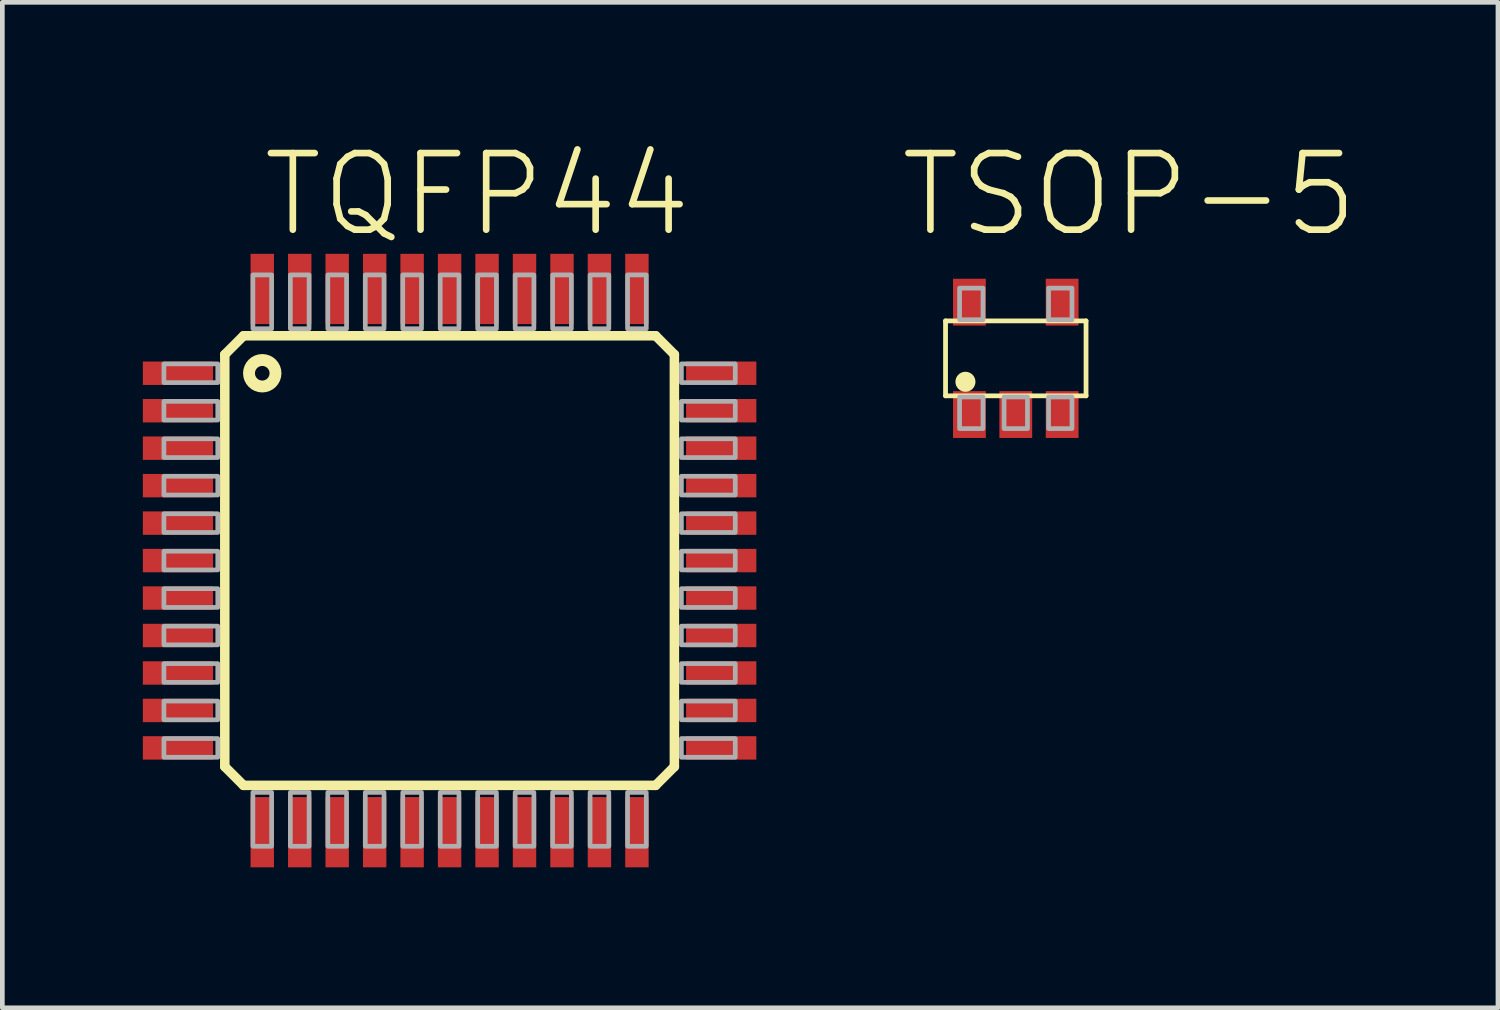
<source format=kicad_pcb>
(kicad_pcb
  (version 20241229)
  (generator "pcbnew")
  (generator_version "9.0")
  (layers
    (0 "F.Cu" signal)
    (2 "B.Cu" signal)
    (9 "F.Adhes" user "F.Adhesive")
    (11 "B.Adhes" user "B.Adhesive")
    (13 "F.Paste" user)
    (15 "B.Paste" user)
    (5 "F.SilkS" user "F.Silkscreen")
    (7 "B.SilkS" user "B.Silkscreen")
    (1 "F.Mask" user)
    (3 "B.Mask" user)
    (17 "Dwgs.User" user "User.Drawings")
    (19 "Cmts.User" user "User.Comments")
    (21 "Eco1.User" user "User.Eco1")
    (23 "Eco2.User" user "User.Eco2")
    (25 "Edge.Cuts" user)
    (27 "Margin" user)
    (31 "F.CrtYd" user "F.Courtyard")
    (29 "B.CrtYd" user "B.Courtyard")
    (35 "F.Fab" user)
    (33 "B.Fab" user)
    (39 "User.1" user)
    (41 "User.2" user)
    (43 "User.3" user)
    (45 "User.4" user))
  (footprint "TSOP-5"
    (layer "F.Cu")
    (at 18.64 4.602)
    (property "Reference" "TSOP-5" (at -2.54 -2.54 0) (unlocked yes) (layer "F.SilkS") (effects (font (size 1.636 1.636) (thickness 0.142)) (justify left bottom)))
    (fp_line (start -1.5 -0.8) (end 1.5 -0.8) (stroke (width 0.102) (type solid)) (layer "F.SilkS"))
    (fp_line (start -1.5 0.8) (end -1.5 -0.8) (stroke (width 0.102) (type solid)) (layer "F.SilkS"))
    (fp_line (start 1.5 -0.8) (end 1.5 0.8) (stroke (width 0.102) (type solid)) (layer "F.SilkS"))
    (fp_line (start 1.5 0.8) (end -1.5 0.8) (stroke (width 0.102) (type solid)) (layer "F.SilkS"))
    (fp_circle (center -1.075 0.5) (end -0.968 0.5) (stroke (width 0.214) (type solid)) (fill yes) (layer "F.SilkS"))
    (fp_poly (pts (xy -1.2 -0.825) (xy -0.7 -0.825) (xy -0.7 -1.5) (xy -1.2 -1.5)) (stroke (width 0.1) (type default)) (fill no) (layer "F.Fab"))
    (fp_poly (pts (xy -1.2 1.5) (xy -0.7 1.5) (xy -0.7 0.825) (xy -1.2 0.825)) (stroke (width 0.1) (type default)) (fill no) (layer "F.Fab"))
    (fp_poly (pts (xy -0.25 1.5) (xy 0.25 1.5) (xy 0.25 0.825) (xy -0.25 0.825)) (stroke (width 0.1) (type default)) (fill no) (layer "F.Fab"))
    (fp_poly (pts (xy 0.7 -0.825) (xy 1.2 -0.825) (xy 1.2 -1.5) (xy 0.7 -1.5)) (stroke (width 0.1) (type default)) (fill no) (layer "F.Fab"))
    (fp_poly (pts (xy 0.7 1.5) (xy 1.2 1.5) (xy 1.2 0.825) (xy 0.7 0.825)) (stroke (width 0.1) (type default)) (fill no) (layer "F.Fab"))
    (pad "1" smd rect (at -0.99 1.2) (size 0.7 1) (layers "F.Cu" "F.Mask" "F.Paste"))
    (pad "2" smd rect (at 0 1.2) (size 0.7 1) (layers "F.Cu" "F.Mask" "F.Paste"))
    (pad "3" smd rect (at 0.99 1.2) (size 0.7 1) (layers "F.Cu" "F.Mask" "F.Paste"))
    (pad "4" smd rect (at 0.99 -1.2 180) (size 0.7 1) (layers "F.Cu" "F.Mask" "F.Paste"))
    (pad "5" smd rect (at -0.99 -1.2 180) (size 0.7 1) (layers "F.Cu" "F.Mask" "F.Paste")))
  (footprint "TQFP44"
    (layer "F.Cu")
    (at 6.55 8.92)
    (property "Reference" "TQFP44" (at -4.064 -6.858 0) (unlocked yes) (layer "F.SilkS") (effects (font (size 1.636 1.636) (thickness 0.142)) (justify left bottom)))
    (fp_line (start -4.8 -4.4) (end -4.4 -4.8) (stroke (width 0.203) (type solid)) (layer "F.SilkS"))
    (fp_line (start -4.8 4.4) (end -4.8 -4.4) (stroke (width 0.203) (type solid)) (layer "F.SilkS"))
    (fp_line (start -4.4 -4.8) (end 4.4 -4.8) (stroke (width 0.203) (type solid)) (layer "F.SilkS"))
    (fp_line (start -4.4 4.8) (end -4.8 4.4) (stroke (width 0.203) (type solid)) (layer "F.SilkS"))
    (fp_line (start 4.4 -4.8) (end 4.8 -4.4) (stroke (width 0.203) (type solid)) (layer "F.SilkS"))
    (fp_line (start 4.4 4.8) (end -4.4 4.8) (stroke (width 0.203) (type solid)) (layer "F.SilkS"))
    (fp_line (start 4.8 -4.4) (end 4.8 4.4) (stroke (width 0.203) (type solid)) (layer "F.SilkS"))
    (fp_line (start 4.8 4.4) (end 4.4 4.8) (stroke (width 0.203) (type solid)) (layer "F.SilkS"))
    (fp_circle (center -4 -4) (end -3.717 -4) (stroke (width 0.254) (type solid)) (fill no) (layer "F.SilkS"))
    (fp_poly (pts (xy -6.1 -3.8) (xy -4.95 -3.8) (xy -4.95 -4.2) (xy -6.1 -4.2)) (stroke (width 0.1) (type default)) (fill no) (layer "F.Fab"))
    (fp_poly (pts (xy -6.1 -3) (xy -4.95 -3) (xy -4.95 -3.4) (xy -6.1 -3.4)) (stroke (width 0.1) (type default)) (fill no) (layer "F.Fab"))
    (fp_poly (pts (xy -6.1 -2.2) (xy -4.95 -2.2) (xy -4.95 -2.6) (xy -6.1 -2.6)) (stroke (width 0.1) (type default)) (fill no) (layer "F.Fab"))
    (fp_poly (pts (xy -6.1 -1.4) (xy -4.95 -1.4) (xy -4.95 -1.8) (xy -6.1 -1.8)) (stroke (width 0.1) (type default)) (fill no) (layer "F.Fab"))
    (fp_poly (pts (xy -6.1 -0.6) (xy -4.95 -0.6) (xy -4.95 -1) (xy -6.1 -1)) (stroke (width 0.1) (type default)) (fill no) (layer "F.Fab"))
    (fp_poly (pts (xy -6.1 0.2) (xy -4.95 0.2) (xy -4.95 -0.2) (xy -6.1 -0.2)) (stroke (width 0.1) (type default)) (fill no) (layer "F.Fab"))
    (fp_poly (pts (xy -6.1 1) (xy -4.95 1) (xy -4.95 0.6) (xy -6.1 0.6)) (stroke (width 0.1) (type default)) (fill no) (layer "F.Fab"))
    (fp_poly (pts (xy -6.1 1.8) (xy -4.95 1.8) (xy -4.95 1.4) (xy -6.1 1.4)) (stroke (width 0.1) (type default)) (fill no) (layer "F.Fab"))
    (fp_poly (pts (xy -6.1 2.6) (xy -4.95 2.6) (xy -4.95 2.2) (xy -6.1 2.2)) (stroke (width 0.1) (type default)) (fill no) (layer "F.Fab"))
    (fp_poly (pts (xy -6.1 3.4) (xy -4.95 3.4) (xy -4.95 3) (xy -6.1 3)) (stroke (width 0.1) (type default)) (fill no) (layer "F.Fab"))
    (fp_poly (pts (xy -6.1 4.2) (xy -4.95 4.2) (xy -4.95 3.8) (xy -6.1 3.8)) (stroke (width 0.1) (type default)) (fill no) (layer "F.Fab"))
    (fp_poly (pts (xy -4.2 -4.95) (xy -3.8 -4.95) (xy -3.8 -6.1) (xy -4.2 -6.1)) (stroke (width 0.1) (type default)) (fill no) (layer "F.Fab"))
    (fp_poly (pts (xy -4.2 6.1) (xy -3.8 6.1) (xy -3.8 4.95) (xy -4.2 4.95)) (stroke (width 0.1) (type default)) (fill no) (layer "F.Fab"))
    (fp_poly (pts (xy -3.4 -4.95) (xy -3 -4.95) (xy -3 -6.1) (xy -3.4 -6.1)) (stroke (width 0.1) (type default)) (fill no) (layer "F.Fab"))
    (fp_poly (pts (xy -3.4 6.1) (xy -3 6.1) (xy -3 4.95) (xy -3.4 4.95)) (stroke (width 0.1) (type default)) (fill no) (layer "F.Fab"))
    (fp_poly (pts (xy -2.6 -4.95) (xy -2.2 -4.95) (xy -2.2 -6.1) (xy -2.6 -6.1)) (stroke (width 0.1) (type default)) (fill no) (layer "F.Fab"))
    (fp_poly (pts (xy -2.6 6.1) (xy -2.2 6.1) (xy -2.2 4.95) (xy -2.6 4.95)) (stroke (width 0.1) (type default)) (fill no) (layer "F.Fab"))
    (fp_poly (pts (xy -1.8 -4.95) (xy -1.4 -4.95) (xy -1.4 -6.1) (xy -1.8 -6.1)) (stroke (width 0.1) (type default)) (fill no) (layer "F.Fab"))
    (fp_poly (pts (xy -1.8 6.1) (xy -1.4 6.1) (xy -1.4 4.95) (xy -1.8 4.95)) (stroke (width 0.1) (type default)) (fill no) (layer "F.Fab"))
    (fp_poly (pts (xy -1 -4.95) (xy -0.6 -4.95) (xy -0.6 -6.1) (xy -1 -6.1)) (stroke (width 0.1) (type default)) (fill no) (layer "F.Fab"))
    (fp_poly (pts (xy -1 6.1) (xy -0.6 6.1) (xy -0.6 4.95) (xy -1 4.95)) (stroke (width 0.1) (type default)) (fill no) (layer "F.Fab"))
    (fp_poly (pts (xy -0.2 -4.95) (xy 0.2 -4.95) (xy 0.2 -6.1) (xy -0.2 -6.1)) (stroke (width 0.1) (type default)) (fill no) (layer "F.Fab"))
    (fp_poly (pts (xy -0.2 6.1) (xy 0.2 6.1) (xy 0.2 4.95) (xy -0.2 4.95)) (stroke (width 0.1) (type default)) (fill no) (layer "F.Fab"))
    (fp_poly (pts (xy 0.6 -4.95) (xy 1 -4.95) (xy 1 -6.1) (xy 0.6 -6.1)) (stroke (width 0.1) (type default)) (fill no) (layer "F.Fab"))
    (fp_poly (pts (xy 0.6 6.1) (xy 1 6.1) (xy 1 4.95) (xy 0.6 4.95)) (stroke (width 0.1) (type default)) (fill no) (layer "F.Fab"))
    (fp_poly (pts (xy 1.4 -4.95) (xy 1.8 -4.95) (xy 1.8 -6.1) (xy 1.4 -6.1)) (stroke (width 0.1) (type default)) (fill no) (layer "F.Fab"))
    (fp_poly (pts (xy 1.4 6.1) (xy 1.8 6.1) (xy 1.8 4.95) (xy 1.4 4.95)) (stroke (width 0.1) (type default)) (fill no) (layer "F.Fab"))
    (fp_poly (pts (xy 2.2 -4.95) (xy 2.6 -4.95) (xy 2.6 -6.1) (xy 2.2 -6.1)) (stroke (width 0.1) (type default)) (fill no) (layer "F.Fab"))
    (fp_poly (pts (xy 2.2 6.1) (xy 2.6 6.1) (xy 2.6 4.95) (xy 2.2 4.95)) (stroke (width 0.1) (type default)) (fill no) (layer "F.Fab"))
    (fp_poly (pts (xy 3 -4.95) (xy 3.4 -4.95) (xy 3.4 -6.1) (xy 3 -6.1)) (stroke (width 0.1) (type default)) (fill no) (layer "F.Fab"))
    (fp_poly (pts (xy 3 6.1) (xy 3.4 6.1) (xy 3.4 4.95) (xy 3 4.95)) (stroke (width 0.1) (type default)) (fill no) (layer "F.Fab"))
    (fp_poly (pts (xy 3.8 -4.95) (xy 4.2 -4.95) (xy 4.2 -6.1) (xy 3.8 -6.1)) (stroke (width 0.1) (type default)) (fill no) (layer "F.Fab"))
    (fp_poly (pts (xy 3.8 6.1) (xy 4.2 6.1) (xy 4.2 4.95) (xy 3.8 4.95)) (stroke (width 0.1) (type default)) (fill no) (layer "F.Fab"))
    (fp_poly (pts (xy 4.95 -3.8) (xy 6.1 -3.8) (xy 6.1 -4.2) (xy 4.95 -4.2)) (stroke (width 0.1) (type default)) (fill no) (layer "F.Fab"))
    (fp_poly (pts (xy 4.95 -3) (xy 6.1 -3) (xy 6.1 -3.4) (xy 4.95 -3.4)) (stroke (width 0.1) (type default)) (fill no) (layer "F.Fab"))
    (fp_poly (pts (xy 4.95 -2.2) (xy 6.1 -2.2) (xy 6.1 -2.6) (xy 4.95 -2.6)) (stroke (width 0.1) (type default)) (fill no) (layer "F.Fab"))
    (fp_poly (pts (xy 4.95 -1.4) (xy 6.1 -1.4) (xy 6.1 -1.8) (xy 4.95 -1.8)) (stroke (width 0.1) (type default)) (fill no) (layer "F.Fab"))
    (fp_poly (pts (xy 4.95 -0.6) (xy 6.1 -0.6) (xy 6.1 -1) (xy 4.95 -1)) (stroke (width 0.1) (type default)) (fill no) (layer "F.Fab"))
    (fp_poly (pts (xy 4.95 0.2) (xy 6.1 0.2) (xy 6.1 -0.2) (xy 4.95 -0.2)) (stroke (width 0.1) (type default)) (fill no) (layer "F.Fab"))
    (fp_poly (pts (xy 4.95 1) (xy 6.1 1) (xy 6.1 0.6) (xy 4.95 0.6)) (stroke (width 0.1) (type default)) (fill no) (layer "F.Fab"))
    (fp_poly (pts (xy 4.95 1.8) (xy 6.1 1.8) (xy 6.1 1.4) (xy 4.95 1.4)) (stroke (width 0.1) (type default)) (fill no) (layer "F.Fab"))
    (fp_poly (pts (xy 4.95 2.6) (xy 6.1 2.6) (xy 6.1 2.2) (xy 4.95 2.2)) (stroke (width 0.1) (type default)) (fill no) (layer "F.Fab"))
    (fp_poly (pts (xy 4.95 3.4) (xy 6.1 3.4) (xy 6.1 3) (xy 4.95 3)) (stroke (width 0.1) (type default)) (fill no) (layer "F.Fab"))
    (fp_poly (pts (xy 4.95 4.2) (xy 6.1 4.2) (xy 6.1 3.8) (xy 4.95 3.8)) (stroke (width 0.1) (type default)) (fill no) (layer "F.Fab"))
    (pad "1" smd rect (at -5.8 -4) (size 1.5 0.5) (layers "F.Cu" "F.Mask" "F.Paste"))
    (pad "2" smd rect (at -5.8 -3.2) (size 1.5 0.5) (layers "F.Cu" "F.Mask" "F.Paste"))
    (pad "3" smd rect (at -5.8 -2.4) (size 1.5 0.5) (layers "F.Cu" "F.Mask" "F.Paste"))
    (pad "4" smd rect (at -5.8 -1.6) (size 1.5 0.5) (layers "F.Cu" "F.Mask" "F.Paste"))
    (pad "5" smd rect (at -5.8 -0.8) (size 1.5 0.5) (layers "F.Cu" "F.Mask" "F.Paste"))
    (pad "6" smd rect (at -5.8 0) (size 1.5 0.5) (layers "F.Cu" "F.Mask" "F.Paste"))
    (pad "7" smd rect (at -5.8 0.8) (size 1.5 0.5) (layers "F.Cu" "F.Mask" "F.Paste"))
    (pad "8" smd rect (at -5.8 1.6) (size 1.5 0.5) (layers "F.Cu" "F.Mask" "F.Paste"))
    (pad "9" smd rect (at -5.8 2.4) (size 1.5 0.5) (layers "F.Cu" "F.Mask" "F.Paste"))
    (pad "10" smd rect (at -5.8 3.2) (size 1.5 0.5) (layers "F.Cu" "F.Mask" "F.Paste"))
    (pad "11" smd rect (at -5.8 4) (size 1.5 0.5) (layers "F.Cu" "F.Mask" "F.Paste"))
    (pad "12" smd rect (at -4 5.8) (size 0.5 1.5) (layers "F.Cu" "F.Mask" "F.Paste"))
    (pad "13" smd rect (at -3.2 5.8) (size 0.5 1.5) (layers "F.Cu" "F.Mask" "F.Paste"))
    (pad "14" smd rect (at -2.4 5.8) (size 0.5 1.5) (layers "F.Cu" "F.Mask" "F.Paste"))
    (pad "15" smd rect (at -1.6 5.8) (size 0.5 1.5) (layers "F.Cu" "F.Mask" "F.Paste"))
    (pad "16" smd rect (at -0.8 5.8) (size 0.5 1.5) (layers "F.Cu" "F.Mask" "F.Paste"))
    (pad "17" smd rect (at 0 5.8) (size 0.5 1.5) (layers "F.Cu" "F.Mask" "F.Paste"))
    (pad "18" smd rect (at 0.8 5.8) (size 0.5 1.5) (layers "F.Cu" "F.Mask" "F.Paste"))
    (pad "19" smd rect (at 1.6 5.8) (size 0.5 1.5) (layers "F.Cu" "F.Mask" "F.Paste"))
    (pad "20" smd rect (at 2.4 5.8) (size 0.5 1.5) (layers "F.Cu" "F.Mask" "F.Paste"))
    (pad "21" smd rect (at 3.2 5.8) (size 0.5 1.5) (layers "F.Cu" "F.Mask" "F.Paste"))
    (pad "22" smd rect (at 4 5.8) (size 0.5 1.5) (layers "F.Cu" "F.Mask" "F.Paste"))
    (pad "23" smd rect (at 5.8 4) (size 1.5 0.5) (layers "F.Cu" "F.Mask" "F.Paste"))
    (pad "24" smd rect (at 5.8 3.2) (size 1.5 0.5) (layers "F.Cu" "F.Mask" "F.Paste"))
    (pad "25" smd rect (at 5.8 2.4) (size 1.5 0.5) (layers "F.Cu" "F.Mask" "F.Paste"))
    (pad "26" smd rect (at 5.8 1.6) (size 1.5 0.5) (layers "F.Cu" "F.Mask" "F.Paste"))
    (pad "27" smd rect (at 5.8 0.8) (size 1.5 0.5) (layers "F.Cu" "F.Mask" "F.Paste"))
    (pad "28" smd rect (at 5.8 0) (size 1.5 0.5) (layers "F.Cu" "F.Mask" "F.Paste"))
    (pad "29" smd rect (at 5.8 -0.8) (size 1.5 0.5) (layers "F.Cu" "F.Mask" "F.Paste"))
    (pad "30" smd rect (at 5.8 -1.6) (size 1.5 0.5) (layers "F.Cu" "F.Mask" "F.Paste"))
    (pad "31" smd rect (at 5.8 -2.4) (size 1.5 0.5) (layers "F.Cu" "F.Mask" "F.Paste"))
    (pad "32" smd rect (at 5.8 -3.2) (size 1.5 0.5) (layers "F.Cu" "F.Mask" "F.Paste"))
    (pad "33" smd rect (at 5.8 -4) (size 1.5 0.5) (layers "F.Cu" "F.Mask" "F.Paste"))
    (pad "34" smd rect (at 4 -5.8) (size 0.5 1.5) (layers "F.Cu" "F.Mask" "F.Paste"))
    (pad "35" smd rect (at 3.2 -5.8) (size 0.5 1.5) (layers "F.Cu" "F.Mask" "F.Paste"))
    (pad "36" smd rect (at 2.4 -5.8) (size 0.5 1.5) (layers "F.Cu" "F.Mask" "F.Paste"))
    (pad "37" smd rect (at 1.6 -5.8) (size 0.5 1.5) (layers "F.Cu" "F.Mask" "F.Paste"))
    (pad "38" smd rect (at 0.8 -5.8) (size 0.5 1.5) (layers "F.Cu" "F.Mask" "F.Paste"))
    (pad "39" smd rect (at 0 -5.8) (size 0.5 1.5) (layers "F.Cu" "F.Mask" "F.Paste"))
    (pad "40" smd rect (at -0.8 -5.8) (size 0.5 1.5) (layers "F.Cu" "F.Mask" "F.Paste"))
    (pad "41" smd rect (at -1.6 -5.8) (size 0.5 1.5) (layers "F.Cu" "F.Mask" "F.Paste"))
    (pad "42" smd rect (at -2.4 -5.8) (size 0.5 1.5) (layers "F.Cu" "F.Mask" "F.Paste"))
    (pad "43" smd rect (at -3.2 -5.8) (size 0.5 1.5) (layers "F.Cu" "F.Mask" "F.Paste"))
    (pad "44" smd rect (at -4 -5.8) (size 0.5 1.5) (layers "F.Cu" "F.Mask" "F.Paste")))
  (gr_rect
    (start -3 -3)
    (end 28.936 18.47)
    (stroke (width 0.1) (type default))
    (fill no)
    (layer "Edge.Cuts")))
</source>
